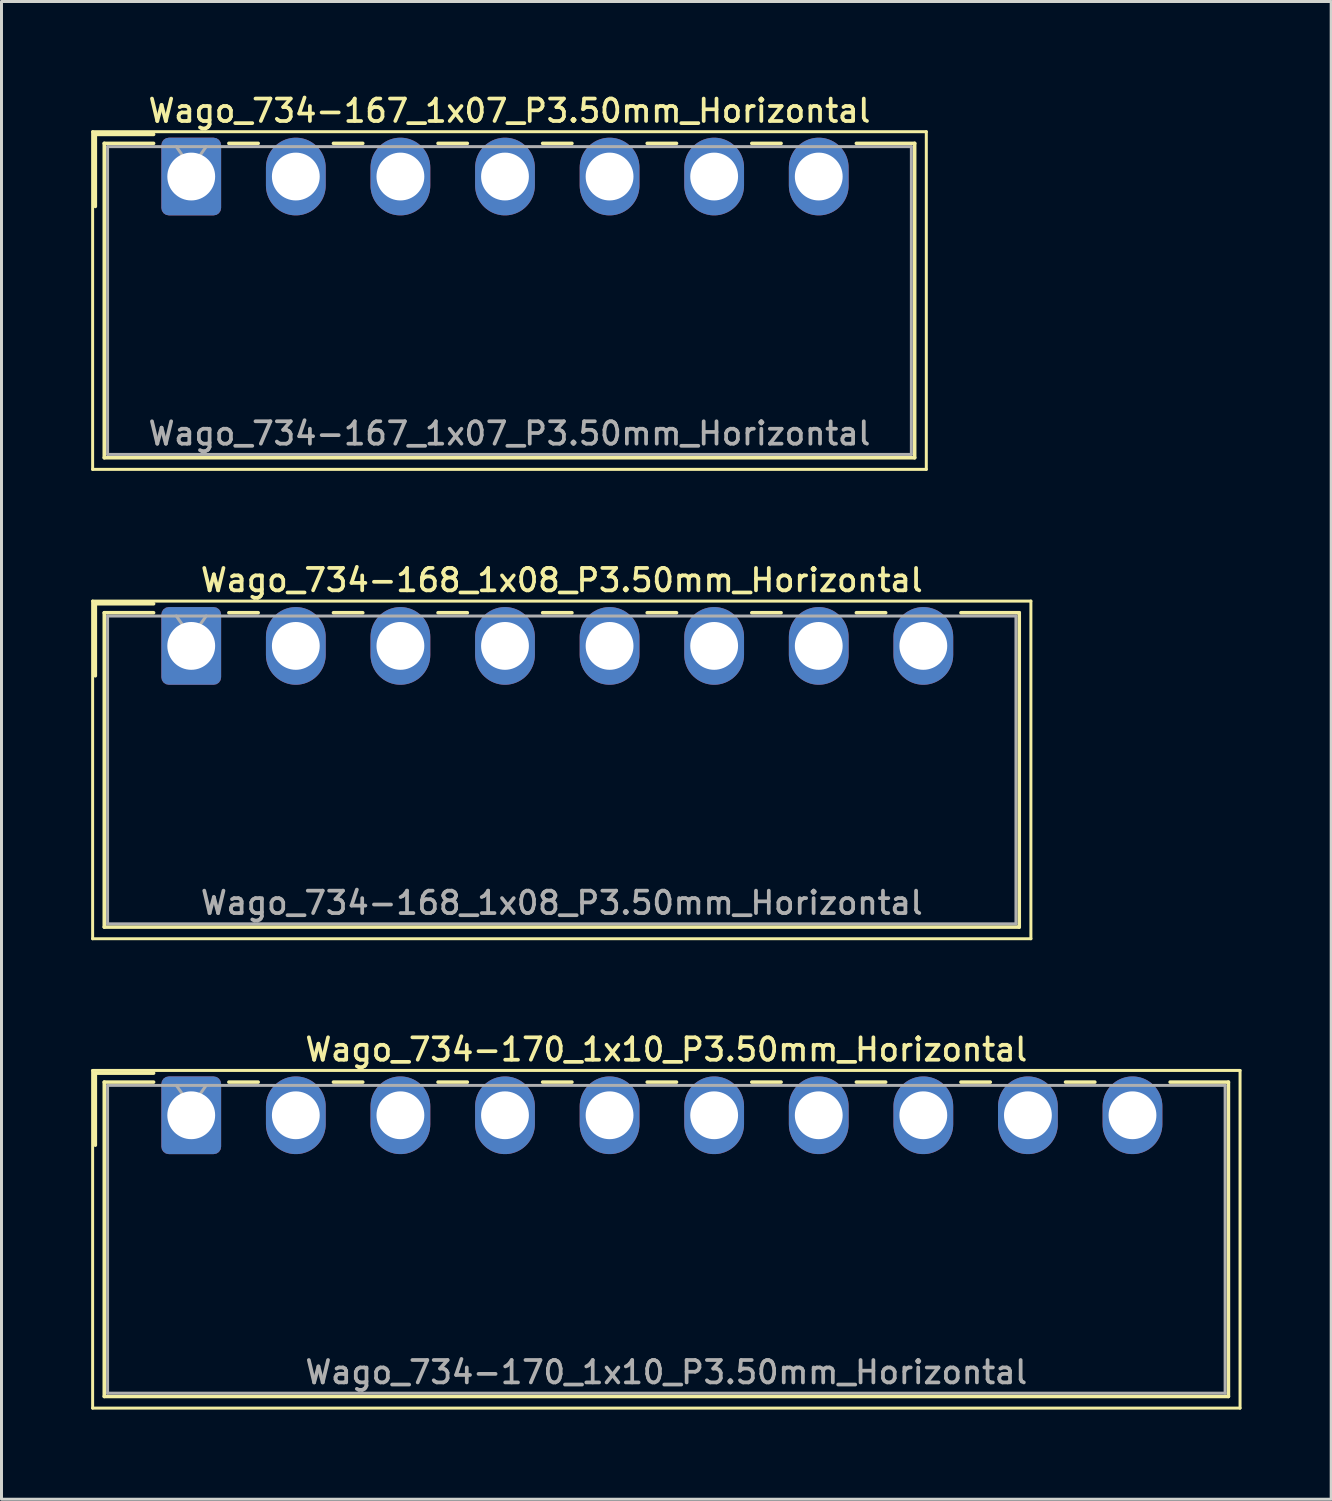
<source format=kicad_pcb>
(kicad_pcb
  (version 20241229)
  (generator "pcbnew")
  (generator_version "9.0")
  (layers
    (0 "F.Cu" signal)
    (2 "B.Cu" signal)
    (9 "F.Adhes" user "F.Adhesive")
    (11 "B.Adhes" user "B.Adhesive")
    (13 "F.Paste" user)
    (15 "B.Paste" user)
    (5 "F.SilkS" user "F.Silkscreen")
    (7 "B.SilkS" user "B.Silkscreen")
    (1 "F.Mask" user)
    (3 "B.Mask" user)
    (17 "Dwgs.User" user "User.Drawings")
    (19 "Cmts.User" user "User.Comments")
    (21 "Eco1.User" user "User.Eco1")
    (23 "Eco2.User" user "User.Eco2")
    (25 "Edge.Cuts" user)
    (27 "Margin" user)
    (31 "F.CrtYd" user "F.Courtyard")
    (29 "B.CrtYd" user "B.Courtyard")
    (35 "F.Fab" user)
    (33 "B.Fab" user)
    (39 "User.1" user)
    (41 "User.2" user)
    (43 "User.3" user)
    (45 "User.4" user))
  (footprint "Wago_734-168_1x08_P3.50mm_Horizontal"
    (layer "F.Cu")
    (at 3.35 18.566)
    (property "Reference" "Wago_734-168_1x08_P3.50mm_Horizontal" (at 12.4 -2.2 0) (layer "F.SilkS") (effects (font (size 0.75 0.75) (thickness 0.125))))
    (attr through_hole)
    (fp_line (start -3.3 -1.5) (end -3.3 9.8) (stroke (width 0.1) (type solid)) (layer "F.SilkS"))
    (fp_line (start -3.3 9.8) (end 28.1 9.8) (stroke (width 0.1) (type solid)) (layer "F.SilkS"))
    (fp_line (start -3.21 -1.41) (end -1.26 -1.41) (stroke (width 0.12) (type solid)) (layer "F.SilkS"))
    (fp_line (start -3.21 1) (end -3.21 -1.41) (stroke (width 0.12) (type solid)) (layer "F.SilkS"))
    (fp_line (start -2.91 -1.11) (end -2.91 9.41) (stroke (width 0.12) (type solid)) (layer "F.SilkS"))
    (fp_line (start -2.91 9.41) (end 27.71 9.41) (stroke (width 0.12) (type solid)) (layer "F.SilkS"))
    (fp_line (start -1.26 -1.11) (end -2.91 -1.11) (stroke (width 0.12) (type solid)) (layer "F.SilkS"))
    (fp_line (start 1.26 -1.11) (end 2.24 -1.11) (stroke (width 0.12) (type solid)) (layer "F.SilkS"))
    (fp_line (start 4.76 -1.11) (end 5.74 -1.11) (stroke (width 0.12) (type solid)) (layer "F.SilkS"))
    (fp_line (start 8.26 -1.11) (end 9.24 -1.11) (stroke (width 0.12) (type solid)) (layer "F.SilkS"))
    (fp_line (start 11.76 -1.11) (end 12.74 -1.11) (stroke (width 0.12) (type solid)) (layer "F.SilkS"))
    (fp_line (start 15.26 -1.11) (end 16.24 -1.11) (stroke (width 0.12) (type solid)) (layer "F.SilkS"))
    (fp_line (start 18.76 -1.11) (end 19.74 -1.11) (stroke (width 0.12) (type solid)) (layer "F.SilkS"))
    (fp_line (start 22.26 -1.11) (end 23.24 -1.11) (stroke (width 0.12) (type solid)) (layer "F.SilkS"))
    (fp_line (start 27.71 -1.11) (end 25.76 -1.11) (stroke (width 0.12) (type solid)) (layer "F.SilkS"))
    (fp_line (start 27.71 9.41) (end 27.71 -1.11) (stroke (width 0.12) (type solid)) (layer "F.SilkS"))
    (fp_line (start 28.1 -1.5) (end -3.3 -1.5) (stroke (width 0.1) (type solid)) (layer "F.SilkS"))
    (fp_line (start 28.1 9.8) (end 28.1 -1.5) (stroke (width 0.1) (type solid)) (layer "F.SilkS"))
    (fp_line (start -2.8 -1) (end -2.8 9.3) (stroke (width 0.1) (type solid)) (layer "F.Fab"))
    (fp_line (start -2.8 9.3) (end 27.6 9.3) (stroke (width 0.1) (type solid)) (layer "F.Fab"))
    (fp_line (start -0.5 -1) (end 0 -0.293) (stroke (width 0.1) (type solid)) (layer "F.Fab"))
    (fp_line (start 0 -0.293) (end 0.5 -1) (stroke (width 0.1) (type solid)) (layer "F.Fab"))
    (fp_line (start 27.6 -1) (end -2.8 -1) (stroke (width 0.1) (type solid)) (layer "F.Fab"))
    (fp_line (start 27.6 9.3) (end 27.6 -1) (stroke (width 0.1) (type solid)) (layer "F.Fab"))
    (fp_text user "${REFERENCE}" (at 12.4 8.6 0) (layer "F.Fab") (effects (font (size 0.75 0.75) (thickness 0.125))))
    (pad "1" thru_hole roundrect (at 0 0) (size 2 2.6) (drill 1.6) (layers "*.Cu" "*.Mask") (roundrect_rratio 0.125))
    (pad "2" thru_hole oval (at 3.5 0) (size 2 2.6) (drill 1.6) (layers "*.Cu" "*.Mask"))
    (pad "3" thru_hole oval (at 7 0) (size 2 2.6) (drill 1.6) (layers "*.Cu" "*.Mask"))
    (pad "4" thru_hole oval (at 10.5 0) (size 2 2.6) (drill 1.6) (layers "*.Cu" "*.Mask"))
    (pad "5" thru_hole oval (at 14 0) (size 2 2.6) (drill 1.6) (layers "*.Cu" "*.Mask"))
    (pad "6" thru_hole oval (at 17.5 0) (size 2 2.6) (drill 1.6) (layers "*.Cu" "*.Mask"))
    (pad "7" thru_hole oval (at 21 0) (size 2 2.6) (drill 1.6) (layers "*.Cu" "*.Mask"))
    (pad "8" thru_hole oval (at 24.5 0) (size 2 2.6) (drill 1.6) (layers "*.Cu" "*.Mask")))
  (footprint "Wago_734-167_1x07_P3.50mm_Horizontal"
    (layer "F.Cu")
    (at 3.35 2.858)
    (property "Reference" "Wago_734-167_1x07_P3.50mm_Horizontal" (at 10.65 -2.2 0) (layer "F.SilkS") (effects (font (size 0.75 0.75) (thickness 0.125))))
    (attr through_hole)
    (fp_line (start -3.3 -1.5) (end -3.3 9.8) (stroke (width 0.1) (type solid)) (layer "F.SilkS"))
    (fp_line (start -3.3 9.8) (end 24.6 9.8) (stroke (width 0.1) (type solid)) (layer "F.SilkS"))
    (fp_line (start -3.21 -1.41) (end -1.26 -1.41) (stroke (width 0.12) (type solid)) (layer "F.SilkS"))
    (fp_line (start -3.21 1) (end -3.21 -1.41) (stroke (width 0.12) (type solid)) (layer "F.SilkS"))
    (fp_line (start -2.91 -1.11) (end -2.91 9.41) (stroke (width 0.12) (type solid)) (layer "F.SilkS"))
    (fp_line (start -2.91 9.41) (end 24.21 9.41) (stroke (width 0.12) (type solid)) (layer "F.SilkS"))
    (fp_line (start -1.26 -1.11) (end -2.91 -1.11) (stroke (width 0.12) (type solid)) (layer "F.SilkS"))
    (fp_line (start 1.26 -1.11) (end 2.24 -1.11) (stroke (width 0.12) (type solid)) (layer "F.SilkS"))
    (fp_line (start 4.76 -1.11) (end 5.74 -1.11) (stroke (width 0.12) (type solid)) (layer "F.SilkS"))
    (fp_line (start 8.26 -1.11) (end 9.24 -1.11) (stroke (width 0.12) (type solid)) (layer "F.SilkS"))
    (fp_line (start 11.76 -1.11) (end 12.74 -1.11) (stroke (width 0.12) (type solid)) (layer "F.SilkS"))
    (fp_line (start 15.26 -1.11) (end 16.24 -1.11) (stroke (width 0.12) (type solid)) (layer "F.SilkS"))
    (fp_line (start 18.76 -1.11) (end 19.74 -1.11) (stroke (width 0.12) (type solid)) (layer "F.SilkS"))
    (fp_line (start 24.21 -1.11) (end 22.26 -1.11) (stroke (width 0.12) (type solid)) (layer "F.SilkS"))
    (fp_line (start 24.21 9.41) (end 24.21 -1.11) (stroke (width 0.12) (type solid)) (layer "F.SilkS"))
    (fp_line (start 24.6 -1.5) (end -3.3 -1.5) (stroke (width 0.1) (type solid)) (layer "F.SilkS"))
    (fp_line (start 24.6 9.8) (end 24.6 -1.5) (stroke (width 0.1) (type solid)) (layer "F.SilkS"))
    (fp_line (start -2.8 -1) (end -2.8 9.3) (stroke (width 0.1) (type solid)) (layer "F.Fab"))
    (fp_line (start -2.8 9.3) (end 24.1 9.3) (stroke (width 0.1) (type solid)) (layer "F.Fab"))
    (fp_line (start -0.5 -1) (end 0 -0.293) (stroke (width 0.1) (type solid)) (layer "F.Fab"))
    (fp_line (start 0 -0.293) (end 0.5 -1) (stroke (width 0.1) (type solid)) (layer "F.Fab"))
    (fp_line (start 24.1 -1) (end -2.8 -1) (stroke (width 0.1) (type solid)) (layer "F.Fab"))
    (fp_line (start 24.1 9.3) (end 24.1 -1) (stroke (width 0.1) (type solid)) (layer "F.Fab"))
    (fp_text user "${REFERENCE}" (at 10.65 8.6 0) (layer "F.Fab") (effects (font (size 0.75 0.75) (thickness 0.125))))
    (pad "1" thru_hole roundrect (at 0 0) (size 2 2.6) (drill 1.6) (layers "*.Cu" "*.Mask") (roundrect_rratio 0.125))
    (pad "2" thru_hole oval (at 3.5 0) (size 2 2.6) (drill 1.6) (layers "*.Cu" "*.Mask"))
    (pad "3" thru_hole oval (at 7 0) (size 2 2.6) (drill 1.6) (layers "*.Cu" "*.Mask"))
    (pad "4" thru_hole oval (at 10.5 0) (size 2 2.6) (drill 1.6) (layers "*.Cu" "*.Mask"))
    (pad "5" thru_hole oval (at 14 0) (size 2 2.6) (drill 1.6) (layers "*.Cu" "*.Mask"))
    (pad "6" thru_hole oval (at 17.5 0) (size 2 2.6) (drill 1.6) (layers "*.Cu" "*.Mask"))
    (pad "7" thru_hole oval (at 21 0) (size 2 2.6) (drill 1.6) (layers "*.Cu" "*.Mask")))
  (footprint "Wago_734-170_1x10_P3.50mm_Horizontal"
    (layer "F.Cu")
    (at 3.35 34.274)
    (property "Reference" "Wago_734-170_1x10_P3.50mm_Horizontal" (at 15.9 -2.2 0) (layer "F.SilkS") (effects (font (size 0.75 0.75) (thickness 0.125))))
    (attr through_hole)
    (fp_line (start -3.3 -1.5) (end -3.3 9.8) (stroke (width 0.1) (type solid)) (layer "F.SilkS"))
    (fp_line (start -3.3 9.8) (end 35.1 9.8) (stroke (width 0.1) (type solid)) (layer "F.SilkS"))
    (fp_line (start -3.21 -1.41) (end -1.26 -1.41) (stroke (width 0.12) (type solid)) (layer "F.SilkS"))
    (fp_line (start -3.21 1) (end -3.21 -1.41) (stroke (width 0.12) (type solid)) (layer "F.SilkS"))
    (fp_line (start -2.91 -1.11) (end -2.91 9.41) (stroke (width 0.12) (type solid)) (layer "F.SilkS"))
    (fp_line (start -2.91 9.41) (end 34.71 9.41) (stroke (width 0.12) (type solid)) (layer "F.SilkS"))
    (fp_line (start -1.26 -1.11) (end -2.91 -1.11) (stroke (width 0.12) (type solid)) (layer "F.SilkS"))
    (fp_line (start 1.26 -1.11) (end 2.24 -1.11) (stroke (width 0.12) (type solid)) (layer "F.SilkS"))
    (fp_line (start 4.76 -1.11) (end 5.74 -1.11) (stroke (width 0.12) (type solid)) (layer "F.SilkS"))
    (fp_line (start 8.26 -1.11) (end 9.24 -1.11) (stroke (width 0.12) (type solid)) (layer "F.SilkS"))
    (fp_line (start 11.76 -1.11) (end 12.74 -1.11) (stroke (width 0.12) (type solid)) (layer "F.SilkS"))
    (fp_line (start 15.26 -1.11) (end 16.24 -1.11) (stroke (width 0.12) (type solid)) (layer "F.SilkS"))
    (fp_line (start 18.76 -1.11) (end 19.74 -1.11) (stroke (width 0.12) (type solid)) (layer "F.SilkS"))
    (fp_line (start 22.26 -1.11) (end 23.24 -1.11) (stroke (width 0.12) (type solid)) (layer "F.SilkS"))
    (fp_line (start 25.76 -1.11) (end 26.74 -1.11) (stroke (width 0.12) (type solid)) (layer "F.SilkS"))
    (fp_line (start 29.26 -1.11) (end 30.24 -1.11) (stroke (width 0.12) (type solid)) (layer "F.SilkS"))
    (fp_line (start 34.71 -1.11) (end 32.76 -1.11) (stroke (width 0.12) (type solid)) (layer "F.SilkS"))
    (fp_line (start 34.71 9.41) (end 34.71 -1.11) (stroke (width 0.12) (type solid)) (layer "F.SilkS"))
    (fp_line (start 35.1 -1.5) (end -3.3 -1.5) (stroke (width 0.1) (type solid)) (layer "F.SilkS"))
    (fp_line (start 35.1 9.8) (end 35.1 -1.5) (stroke (width 0.1) (type solid)) (layer "F.SilkS"))
    (fp_line (start -2.8 -1) (end -2.8 9.3) (stroke (width 0.1) (type solid)) (layer "F.Fab"))
    (fp_line (start -2.8 9.3) (end 34.6 9.3) (stroke (width 0.1) (type solid)) (layer "F.Fab"))
    (fp_line (start -0.5 -1) (end 0 -0.293) (stroke (width 0.1) (type solid)) (layer "F.Fab"))
    (fp_line (start 0 -0.293) (end 0.5 -1) (stroke (width 0.1) (type solid)) (layer "F.Fab"))
    (fp_line (start 34.6 -1) (end -2.8 -1) (stroke (width 0.1) (type solid)) (layer "F.Fab"))
    (fp_line (start 34.6 9.3) (end 34.6 -1) (stroke (width 0.1) (type solid)) (layer "F.Fab"))
    (fp_text user "${REFERENCE}" (at 15.9 8.6 0) (layer "F.Fab") (effects (font (size 0.75 0.75) (thickness 0.125))))
    (pad "1" thru_hole roundrect (at 0 0) (size 2 2.6) (drill 1.6) (layers "*.Cu" "*.Mask") (roundrect_rratio 0.125))
    (pad "2" thru_hole oval (at 3.5 0) (size 2 2.6) (drill 1.6) (layers "*.Cu" "*.Mask"))
    (pad "3" thru_hole oval (at 7 0) (size 2 2.6) (drill 1.6) (layers "*.Cu" "*.Mask"))
    (pad "4" thru_hole oval (at 10.5 0) (size 2 2.6) (drill 1.6) (layers "*.Cu" "*.Mask"))
    (pad "5" thru_hole oval (at 14 0) (size 2 2.6) (drill 1.6) (layers "*.Cu" "*.Mask"))
    (pad "6" thru_hole oval (at 17.5 0) (size 2 2.6) (drill 1.6) (layers "*.Cu" "*.Mask"))
    (pad "7" thru_hole oval (at 21 0) (size 2 2.6) (drill 1.6) (layers "*.Cu" "*.Mask"))
    (pad "8" thru_hole oval (at 24.5 0) (size 2 2.6) (drill 1.6) (layers "*.Cu" "*.Mask"))
    (pad "9" thru_hole oval (at 28 0) (size 2 2.6) (drill 1.6) (layers "*.Cu" "*.Mask"))
    (pad "10" thru_hole oval (at 31.5 0) (size 2 2.6) (drill 1.6) (layers "*.Cu" "*.Mask")))
  (gr_rect
    (start -3 -3)
    (end 41.5 47.124)
    (stroke (width 0.1) (type default))
    (fill no)
    (layer "Edge.Cuts")))
</source>
